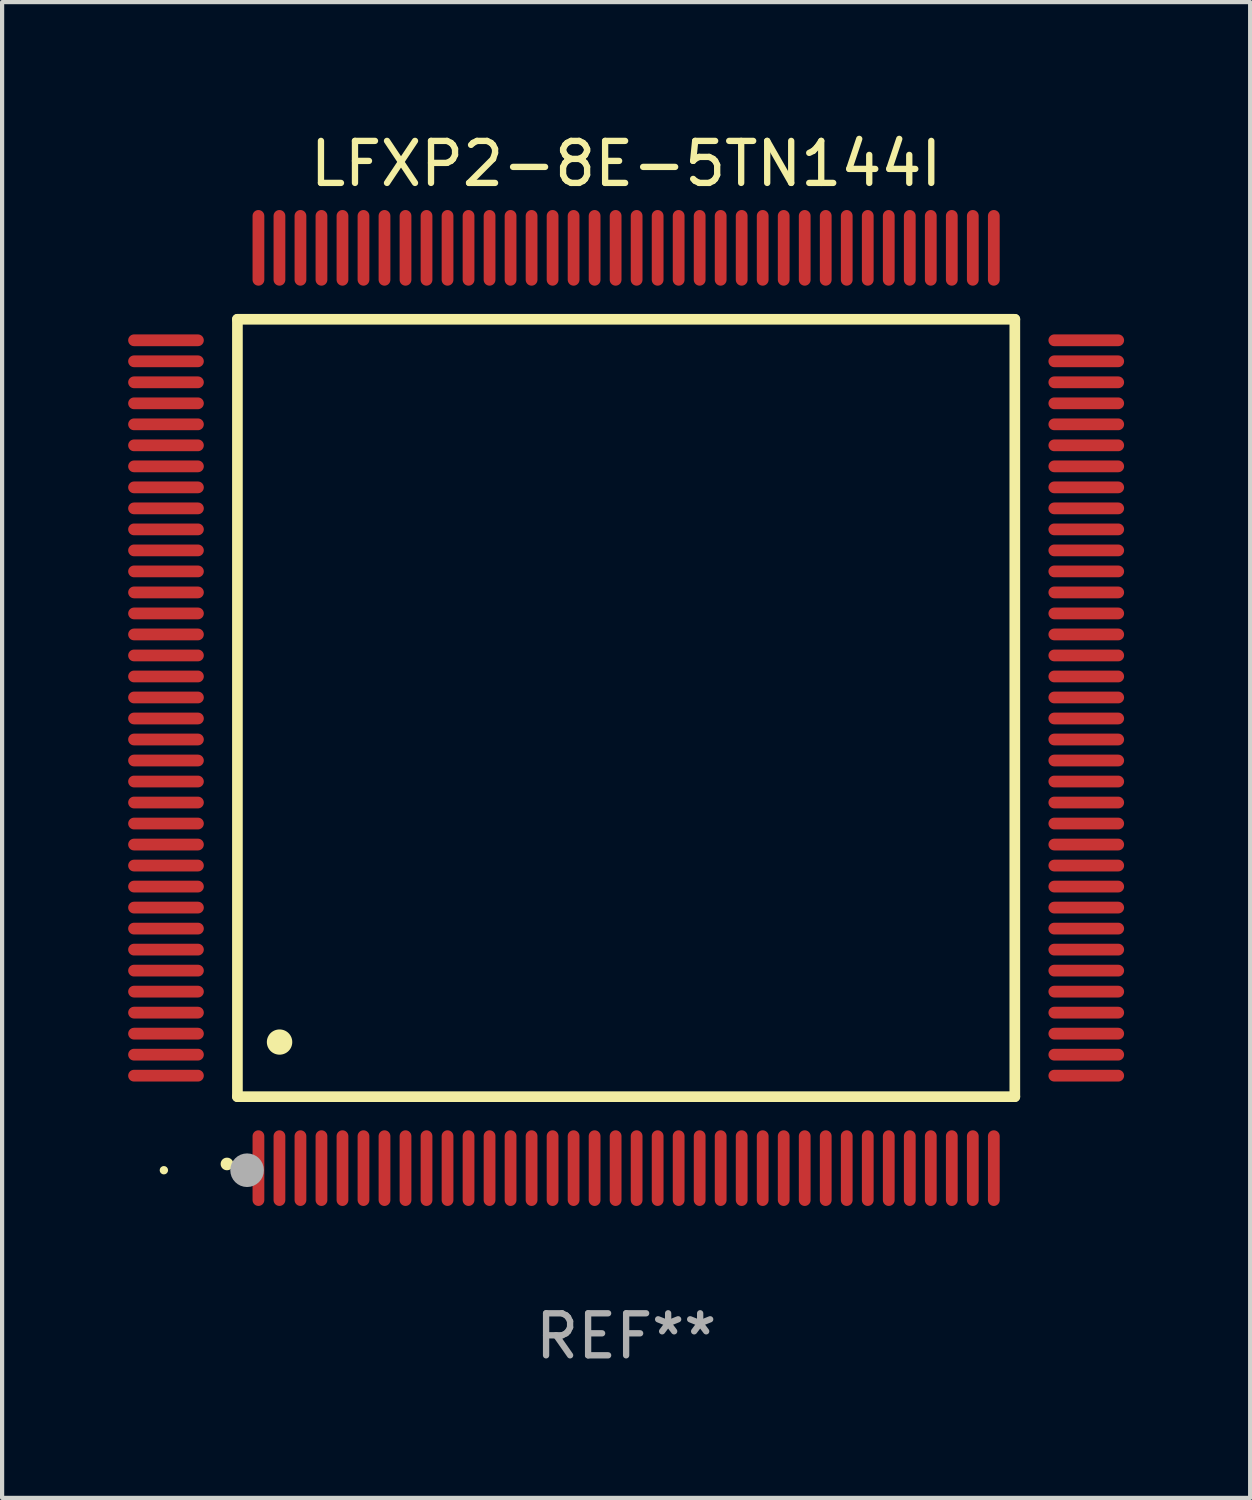
<source format=kicad_pcb>
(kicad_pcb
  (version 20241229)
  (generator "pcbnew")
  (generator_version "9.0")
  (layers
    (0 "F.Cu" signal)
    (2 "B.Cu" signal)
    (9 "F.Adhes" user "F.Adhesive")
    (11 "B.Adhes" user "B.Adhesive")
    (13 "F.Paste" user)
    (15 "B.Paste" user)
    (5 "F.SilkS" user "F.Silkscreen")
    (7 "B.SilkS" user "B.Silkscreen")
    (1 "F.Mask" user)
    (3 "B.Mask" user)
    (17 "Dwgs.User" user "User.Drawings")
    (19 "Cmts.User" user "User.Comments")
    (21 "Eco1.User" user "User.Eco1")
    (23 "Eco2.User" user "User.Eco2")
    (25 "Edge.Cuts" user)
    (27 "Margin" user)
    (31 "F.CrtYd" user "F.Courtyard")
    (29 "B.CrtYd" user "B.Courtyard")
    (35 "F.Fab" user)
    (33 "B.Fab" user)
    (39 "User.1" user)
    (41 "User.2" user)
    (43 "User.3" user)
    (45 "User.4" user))
  (footprint "LFXP2-8E-5TN144I"
    (layer "F.Cu")
    (at 11.85 13.798)
    (property "Reference" "LFXP2-8E-5TN144I" (at 0 -12.95 0) (layer "F.SilkS") (effects (font (size 1 1) (thickness 0.15))))
    (attr through_hole)
    (fp_line (start -9.25 -9.25) (end -9.25 9.25) (stroke (width 0.254) (type solid)) (layer "F.SilkS"))
    (fp_line (start -9.25 9.25) (end 9.25 9.25) (stroke (width 0.254) (type solid)) (layer "F.SilkS"))
    (fp_line (start 9.25 -9.25) (end -9.25 -9.25) (stroke (width 0.254) (type solid)) (layer "F.SilkS"))
    (fp_line (start 9.25 9.25) (end 9.25 -9.25) (stroke (width 0.254) (type solid)) (layer "F.SilkS"))
    (fp_arc (start -9.499619 10.850902) (mid -9.498349 10.850897) (end -9.497079 10.850902) (stroke (width 0.3) (type solid)) (layer "F.SilkS"))
    (fp_arc (start -8.249936 7.950216) (mid -8.247396 7.950205) (end -8.244856 7.950216) (stroke (width 0.6) (type solid)) (layer "F.SilkS"))
    (fp_circle (center -11 11) (end -10.95 11) (stroke (width 0.1) (type solid)) (fill no) (layer "F.SilkS"))
    (fp_circle (center -9.02 11) (end -8.82 11) (stroke (width 0.4) (type solid)) (fill no) (layer "F.Fab"))
    (fp_text user "REF**" (at 0 14.95 0) (layer "F.Fab") (effects (font (size 1 1) (thickness 0.15))))
    (pad "1" smd oval (at -8.75 10.95) (size 0.28 1.8) (layers "F.Cu" "F.Mask" "F.Paste"))
    (pad "2" smd oval (at -8.25 10.95) (size 0.28 1.8) (layers "F.Cu" "F.Mask" "F.Paste"))
    (pad "3" smd oval (at -7.75 10.95) (size 0.28 1.8) (layers "F.Cu" "F.Mask" "F.Paste"))
    (pad "4" smd oval (at -7.25 10.95) (size 0.28 1.8) (layers "F.Cu" "F.Mask" "F.Paste"))
    (pad "5" smd oval (at -6.75 10.95) (size 0.28 1.8) (layers "F.Cu" "F.Mask" "F.Paste"))
    (pad "6" smd oval (at -6.25 10.95) (size 0.28 1.8) (layers "F.Cu" "F.Mask" "F.Paste"))
    (pad "7" smd oval (at -5.75 10.95) (size 0.28 1.8) (layers "F.Cu" "F.Mask" "F.Paste"))
    (pad "8" smd oval (at -5.25 10.95) (size 0.28 1.8) (layers "F.Cu" "F.Mask" "F.Paste"))
    (pad "9" smd oval (at -4.75 10.95) (size 0.28 1.8) (layers "F.Cu" "F.Mask" "F.Paste"))
    (pad "10" smd oval (at -4.25 10.95) (size 0.28 1.8) (layers "F.Cu" "F.Mask" "F.Paste"))
    (pad "11" smd oval (at -3.75 10.95) (size 0.28 1.8) (layers "F.Cu" "F.Mask" "F.Paste"))
    (pad "12" smd oval (at -3.25 10.95) (size 0.28 1.8) (layers "F.Cu" "F.Mask" "F.Paste"))
    (pad "13" smd oval (at -2.75 10.95) (size 0.28 1.8) (layers "F.Cu" "F.Mask" "F.Paste"))
    (pad "14" smd oval (at -2.25 10.95) (size 0.28 1.8) (layers "F.Cu" "F.Mask" "F.Paste"))
    (pad "15" smd oval (at -1.75 10.95) (size 0.28 1.8) (layers "F.Cu" "F.Mask" "F.Paste"))
    (pad "16" smd oval (at -1.25 10.95) (size 0.28 1.8) (layers "F.Cu" "F.Mask" "F.Paste"))
    (pad "17" smd oval (at -0.75 10.95) (size 0.28 1.8) (layers "F.Cu" "F.Mask" "F.Paste"))
    (pad "18" smd oval (at -0.25 10.95) (size 0.28 1.8) (layers "F.Cu" "F.Mask" "F.Paste"))
    (pad "19" smd oval (at 0.25 10.95) (size 0.28 1.8) (layers "F.Cu" "F.Mask" "F.Paste"))
    (pad "20" smd oval (at 0.75 10.95) (size 0.28 1.8) (layers "F.Cu" "F.Mask" "F.Paste"))
    (pad "21" smd oval (at 1.25 10.95) (size 0.28 1.8) (layers "F.Cu" "F.Mask" "F.Paste"))
    (pad "22" smd oval (at 1.75 10.95) (size 0.28 1.8) (layers "F.Cu" "F.Mask" "F.Paste"))
    (pad "23" smd oval (at 2.25 10.95) (size 0.28 1.8) (layers "F.Cu" "F.Mask" "F.Paste"))
    (pad "24" smd oval (at 2.75 10.95) (size 0.28 1.8) (layers "F.Cu" "F.Mask" "F.Paste"))
    (pad "25" smd oval (at 3.25 10.95) (size 0.28 1.8) (layers "F.Cu" "F.Mask" "F.Paste"))
    (pad "26" smd oval (at 3.75 10.95) (size 0.28 1.8) (layers "F.Cu" "F.Mask" "F.Paste"))
    (pad "27" smd oval (at 4.25 10.95) (size 0.28 1.8) (layers "F.Cu" "F.Mask" "F.Paste"))
    (pad "28" smd oval (at 4.75 10.95) (size 0.28 1.8) (layers "F.Cu" "F.Mask" "F.Paste"))
    (pad "29" smd oval (at 5.25 10.95) (size 0.28 1.8) (layers "F.Cu" "F.Mask" "F.Paste"))
    (pad "30" smd oval (at 5.75 10.95) (size 0.28 1.8) (layers "F.Cu" "F.Mask" "F.Paste"))
    (pad "31" smd oval (at 6.25 10.95) (size 0.28 1.8) (layers "F.Cu" "F.Mask" "F.Paste"))
    (pad "32" smd oval (at 6.75 10.95) (size 0.28 1.8) (layers "F.Cu" "F.Mask" "F.Paste"))
    (pad "33" smd oval (at 7.25 10.95) (size 0.28 1.8) (layers "F.Cu" "F.Mask" "F.Paste"))
    (pad "34" smd oval (at 7.75 10.95) (size 0.28 1.8) (layers "F.Cu" "F.Mask" "F.Paste"))
    (pad "35" smd oval (at 8.25 10.95) (size 0.28 1.8) (layers "F.Cu" "F.Mask" "F.Paste"))
    (pad "36" smd oval (at 8.75 10.95) (size 0.28 1.8) (layers "F.Cu" "F.Mask" "F.Paste"))
    (pad "37" smd oval (at 10.95 8.75) (size 1.8 0.28) (layers "F.Cu" "F.Mask" "F.Paste"))
    (pad "38" smd oval (at 10.95 8.25) (size 1.8 0.28) (layers "F.Cu" "F.Mask" "F.Paste"))
    (pad "39" smd oval (at 10.95 7.75) (size 1.8 0.28) (layers "F.Cu" "F.Mask" "F.Paste"))
    (pad "40" smd oval (at 10.95 7.25) (size 1.8 0.28) (layers "F.Cu" "F.Mask" "F.Paste"))
    (pad "41" smd oval (at 10.95 6.75) (size 1.8 0.28) (layers "F.Cu" "F.Mask" "F.Paste"))
    (pad "42" smd oval (at 10.95 6.25) (size 1.8 0.28) (layers "F.Cu" "F.Mask" "F.Paste"))
    (pad "43" smd oval (at 10.95 5.75) (size 1.8 0.28) (layers "F.Cu" "F.Mask" "F.Paste"))
    (pad "44" smd oval (at 10.95 5.25) (size 1.8 0.28) (layers "F.Cu" "F.Mask" "F.Paste"))
    (pad "45" smd oval (at 10.95 4.75) (size 1.8 0.28) (layers "F.Cu" "F.Mask" "F.Paste"))
    (pad "46" smd oval (at 10.95 4.25) (size 1.8 0.28) (layers "F.Cu" "F.Mask" "F.Paste"))
    (pad "47" smd oval (at 10.95 3.75) (size 1.8 0.28) (layers "F.Cu" "F.Mask" "F.Paste"))
    (pad "48" smd oval (at 10.95 3.25) (size 1.8 0.28) (layers "F.Cu" "F.Mask" "F.Paste"))
    (pad "49" smd oval (at 10.95 2.75) (size 1.8 0.28) (layers "F.Cu" "F.Mask" "F.Paste"))
    (pad "50" smd oval (at 10.95 2.25) (size 1.8 0.28) (layers "F.Cu" "F.Mask" "F.Paste"))
    (pad "51" smd oval (at 10.95 1.75) (size 1.8 0.28) (layers "F.Cu" "F.Mask" "F.Paste"))
    (pad "52" smd oval (at 10.95 1.25) (size 1.8 0.28) (layers "F.Cu" "F.Mask" "F.Paste"))
    (pad "53" smd oval (at 10.95 0.75) (size 1.8 0.28) (layers "F.Cu" "F.Mask" "F.Paste"))
    (pad "54" smd oval (at 10.95 0.25) (size 1.8 0.28) (layers "F.Cu" "F.Mask" "F.Paste"))
    (pad "55" smd oval (at 10.95 -0.25) (size 1.8 0.28) (layers "F.Cu" "F.Mask" "F.Paste"))
    (pad "56" smd oval (at 10.95 -0.75) (size 1.8 0.28) (layers "F.Cu" "F.Mask" "F.Paste"))
    (pad "57" smd oval (at 10.95 -1.25) (size 1.8 0.28) (layers "F.Cu" "F.Mask" "F.Paste"))
    (pad "58" smd oval (at 10.95 -1.75) (size 1.8 0.28) (layers "F.Cu" "F.Mask" "F.Paste"))
    (pad "59" smd oval (at 10.95 -2.25) (size 1.8 0.28) (layers "F.Cu" "F.Mask" "F.Paste"))
    (pad "60" smd oval (at 10.95 -2.75) (size 1.8 0.28) (layers "F.Cu" "F.Mask" "F.Paste"))
    (pad "61" smd oval (at 10.95 -3.25) (size 1.8 0.28) (layers "F.Cu" "F.Mask" "F.Paste"))
    (pad "62" smd oval (at 10.95 -3.75) (size 1.8 0.28) (layers "F.Cu" "F.Mask" "F.Paste"))
    (pad "63" smd oval (at 10.95 -4.25) (size 1.8 0.28) (layers "F.Cu" "F.Mask" "F.Paste"))
    (pad "64" smd oval (at 10.95 -4.75) (size 1.8 0.28) (layers "F.Cu" "F.Mask" "F.Paste"))
    (pad "65" smd oval (at 10.95 -5.25) (size 1.8 0.28) (layers "F.Cu" "F.Mask" "F.Paste"))
    (pad "66" smd oval (at 10.95 -5.75) (size 1.8 0.28) (layers "F.Cu" "F.Mask" "F.Paste"))
    (pad "67" smd oval (at 10.95 -6.25) (size 1.8 0.28) (layers "F.Cu" "F.Mask" "F.Paste"))
    (pad "68" smd oval (at 10.95 -6.75) (size 1.8 0.28) (layers "F.Cu" "F.Mask" "F.Paste"))
    (pad "69" smd oval (at 10.95 -7.25) (size 1.8 0.28) (layers "F.Cu" "F.Mask" "F.Paste"))
    (pad "70" smd oval (at 10.95 -7.75) (size 1.8 0.28) (layers "F.Cu" "F.Mask" "F.Paste"))
    (pad "71" smd oval (at 10.95 -8.25) (size 1.8 0.28) (layers "F.Cu" "F.Mask" "F.Paste"))
    (pad "72" smd oval (at 10.95 -8.75) (size 1.8 0.28) (layers "F.Cu" "F.Mask" "F.Paste"))
    (pad "73" smd oval (at 8.75 -10.95) (size 0.28 1.8) (layers "F.Cu" "F.Mask" "F.Paste"))
    (pad "74" smd oval (at 8.25 -10.95) (size 0.28 1.8) (layers "F.Cu" "F.Mask" "F.Paste"))
    (pad "75" smd oval (at 7.75 -10.95) (size 0.28 1.8) (layers "F.Cu" "F.Mask" "F.Paste"))
    (pad "76" smd oval (at 7.25 -10.95) (size 0.28 1.8) (layers "F.Cu" "F.Mask" "F.Paste"))
    (pad "77" smd oval (at 6.75 -10.95) (size 0.28 1.8) (layers "F.Cu" "F.Mask" "F.Paste"))
    (pad "78" smd oval (at 6.25 -10.95) (size 0.28 1.8) (layers "F.Cu" "F.Mask" "F.Paste"))
    (pad "79" smd oval (at 5.75 -10.95) (size 0.28 1.8) (layers "F.Cu" "F.Mask" "F.Paste"))
    (pad "80" smd oval (at 5.25 -10.95) (size 0.28 1.8) (layers "F.Cu" "F.Mask" "F.Paste"))
    (pad "81" smd oval (at 4.75 -10.95) (size 0.28 1.8) (layers "F.Cu" "F.Mask" "F.Paste"))
    (pad "82" smd oval (at 4.25 -10.95) (size 0.28 1.8) (layers "F.Cu" "F.Mask" "F.Paste"))
    (pad "83" smd oval (at 3.75 -10.95) (size 0.28 1.8) (layers "F.Cu" "F.Mask" "F.Paste"))
    (pad "84" smd oval (at 3.25 -10.95) (size 0.28 1.8) (layers "F.Cu" "F.Mask" "F.Paste"))
    (pad "85" smd oval (at 2.75 -10.95) (size 0.28 1.8) (layers "F.Cu" "F.Mask" "F.Paste"))
    (pad "86" smd oval (at 2.25 -10.95) (size 0.28 1.8) (layers "F.Cu" "F.Mask" "F.Paste"))
    (pad "87" smd oval (at 1.75 -10.95) (size 0.28 1.8) (layers "F.Cu" "F.Mask" "F.Paste"))
    (pad "88" smd oval (at 1.25 -10.95) (size 0.28 1.8) (layers "F.Cu" "F.Mask" "F.Paste"))
    (pad "89" smd oval (at 0.75 -10.95) (size 0.28 1.8) (layers "F.Cu" "F.Mask" "F.Paste"))
    (pad "90" smd oval (at 0.25 -10.95) (size 0.28 1.8) (layers "F.Cu" "F.Mask" "F.Paste"))
    (pad "91" smd oval (at -0.25 -10.95) (size 0.28 1.8) (layers "F.Cu" "F.Mask" "F.Paste"))
    (pad "92" smd oval (at -0.75 -10.95) (size 0.28 1.8) (layers "F.Cu" "F.Mask" "F.Paste"))
    (pad "93" smd oval (at -1.25 -10.95) (size 0.28 1.8) (layers "F.Cu" "F.Mask" "F.Paste"))
    (pad "94" smd oval (at -1.75 -10.95) (size 0.28 1.8) (layers "F.Cu" "F.Mask" "F.Paste"))
    (pad "95" smd oval (at -2.25 -10.95) (size 0.28 1.8) (layers "F.Cu" "F.Mask" "F.Paste"))
    (pad "96" smd oval (at -2.75 -10.95) (size 0.28 1.8) (layers "F.Cu" "F.Mask" "F.Paste"))
    (pad "97" smd oval (at -3.25 -10.95) (size 0.28 1.8) (layers "F.Cu" "F.Mask" "F.Paste"))
    (pad "98" smd oval (at -3.75 -10.95) (size 0.28 1.8) (layers "F.Cu" "F.Mask" "F.Paste"))
    (pad "99" smd oval (at -4.25 -10.95) (size 0.28 1.8) (layers "F.Cu" "F.Mask" "F.Paste"))
    (pad "100" smd oval (at -4.75 -10.95) (size 0.28 1.8) (layers "F.Cu" "F.Mask" "F.Paste"))
    (pad "101" smd oval (at -5.25 -10.95) (size 0.28 1.8) (layers "F.Cu" "F.Mask" "F.Paste"))
    (pad "102" smd oval (at -5.75 -10.95) (size 0.28 1.8) (layers "F.Cu" "F.Mask" "F.Paste"))
    (pad "103" smd oval (at -6.25 -10.95) (size 0.28 1.8) (layers "F.Cu" "F.Mask" "F.Paste"))
    (pad "104" smd oval (at -6.75 -10.95) (size 0.28 1.8) (layers "F.Cu" "F.Mask" "F.Paste"))
    (pad "105" smd oval (at -7.25 -10.95) (size 0.28 1.8) (layers "F.Cu" "F.Mask" "F.Paste"))
    (pad "106" smd oval (at -7.75 -10.95) (size 0.28 1.8) (layers "F.Cu" "F.Mask" "F.Paste"))
    (pad "107" smd oval (at -8.25 -10.95) (size 0.28 1.8) (layers "F.Cu" "F.Mask" "F.Paste"))
    (pad "108" smd oval (at -8.75 -10.95) (size 0.28 1.8) (layers "F.Cu" "F.Mask" "F.Paste"))
    (pad "109" smd oval (at -10.95 -8.75) (size 1.8 0.28) (layers "F.Cu" "F.Mask" "F.Paste"))
    (pad "110" smd oval (at -10.95 -8.25) (size 1.8 0.28) (layers "F.Cu" "F.Mask" "F.Paste"))
    (pad "111" smd oval (at -10.95 -7.75) (size 1.8 0.28) (layers "F.Cu" "F.Mask" "F.Paste"))
    (pad "112" smd oval (at -10.95 -7.25) (size 1.8 0.28) (layers "F.Cu" "F.Mask" "F.Paste"))
    (pad "113" smd oval (at -10.95 -6.75) (size 1.8 0.28) (layers "F.Cu" "F.Mask" "F.Paste"))
    (pad "114" smd oval (at -10.95 -6.25) (size 1.8 0.28) (layers "F.Cu" "F.Mask" "F.Paste"))
    (pad "115" smd oval (at -10.95 -5.75) (size 1.8 0.28) (layers "F.Cu" "F.Mask" "F.Paste"))
    (pad "116" smd oval (at -10.95 -5.25) (size 1.8 0.28) (layers "F.Cu" "F.Mask" "F.Paste"))
    (pad "117" smd oval (at -10.95 -4.75) (size 1.8 0.28) (layers "F.Cu" "F.Mask" "F.Paste"))
    (pad "118" smd oval (at -10.95 -4.25) (size 1.8 0.28) (layers "F.Cu" "F.Mask" "F.Paste"))
    (pad "119" smd oval (at -10.95 -3.75) (size 1.8 0.28) (layers "F.Cu" "F.Mask" "F.Paste"))
    (pad "120" smd oval (at -10.95 -3.25) (size 1.8 0.28) (layers "F.Cu" "F.Mask" "F.Paste"))
    (pad "121" smd oval (at -10.95 -2.75) (size 1.8 0.28) (layers "F.Cu" "F.Mask" "F.Paste"))
    (pad "122" smd oval (at -10.95 -2.25) (size 1.8 0.28) (layers "F.Cu" "F.Mask" "F.Paste"))
    (pad "123" smd oval (at -10.95 -1.75) (size 1.8 0.28) (layers "F.Cu" "F.Mask" "F.Paste"))
    (pad "124" smd oval (at -10.95 -1.25) (size 1.8 0.28) (layers "F.Cu" "F.Mask" "F.Paste"))
    (pad "125" smd oval (at -10.95 -0.75) (size 1.8 0.28) (layers "F.Cu" "F.Mask" "F.Paste"))
    (pad "126" smd oval (at -10.95 -0.25) (size 1.8 0.28) (layers "F.Cu" "F.Mask" "F.Paste"))
    (pad "127" smd oval (at -10.95 0.25) (size 1.8 0.28) (layers "F.Cu" "F.Mask" "F.Paste"))
    (pad "128" smd oval (at -10.95 0.75) (size 1.8 0.28) (layers "F.Cu" "F.Mask" "F.Paste"))
    (pad "129" smd oval (at -10.95 1.25) (size 1.8 0.28) (layers "F.Cu" "F.Mask" "F.Paste"))
    (pad "130" smd oval (at -10.95 1.75) (size 1.8 0.28) (layers "F.Cu" "F.Mask" "F.Paste"))
    (pad "131" smd oval (at -10.95 2.25) (size 1.8 0.28) (layers "F.Cu" "F.Mask" "F.Paste"))
    (pad "132" smd oval (at -10.95 2.75) (size 1.8 0.28) (layers "F.Cu" "F.Mask" "F.Paste"))
    (pad "133" smd oval (at -10.95 3.25) (size 1.8 0.28) (layers "F.Cu" "F.Mask" "F.Paste"))
    (pad "134" smd oval (at -10.95 3.75) (size 1.8 0.28) (layers "F.Cu" "F.Mask" "F.Paste"))
    (pad "135" smd oval (at -10.95 4.25) (size 1.8 0.28) (layers "F.Cu" "F.Mask" "F.Paste"))
    (pad "136" smd oval (at -10.95 4.75) (size 1.8 0.28) (layers "F.Cu" "F.Mask" "F.Paste"))
    (pad "137" smd oval (at -10.95 5.25) (size 1.8 0.28) (layers "F.Cu" "F.Mask" "F.Paste"))
    (pad "138" smd oval (at -10.95 5.75) (size 1.8 0.28) (layers "F.Cu" "F.Mask" "F.Paste"))
    (pad "139" smd oval (at -10.95 6.25) (size 1.8 0.28) (layers "F.Cu" "F.Mask" "F.Paste"))
    (pad "140" smd oval (at -10.95 6.75) (size 1.8 0.28) (layers "F.Cu" "F.Mask" "F.Paste"))
    (pad "141" smd oval (at -10.95 7.25) (size 1.8 0.28) (layers "F.Cu" "F.Mask" "F.Paste"))
    (pad "142" smd oval (at -10.95 7.75) (size 1.8 0.28) (layers "F.Cu" "F.Mask" "F.Paste"))
    (pad "143" smd oval (at -10.95 8.25) (size 1.8 0.28) (layers "F.Cu" "F.Mask" "F.Paste"))
    (pad "144" smd oval (at -10.95 8.75) (size 1.8 0.28) (layers "F.Cu" "F.Mask" "F.Paste")))
  (gr_rect
    (start -3 -3)
    (end 26.7 32.596)
    (stroke (width 0.1) (type default))
    (fill no)
    (layer "Edge.Cuts")))
</source>
